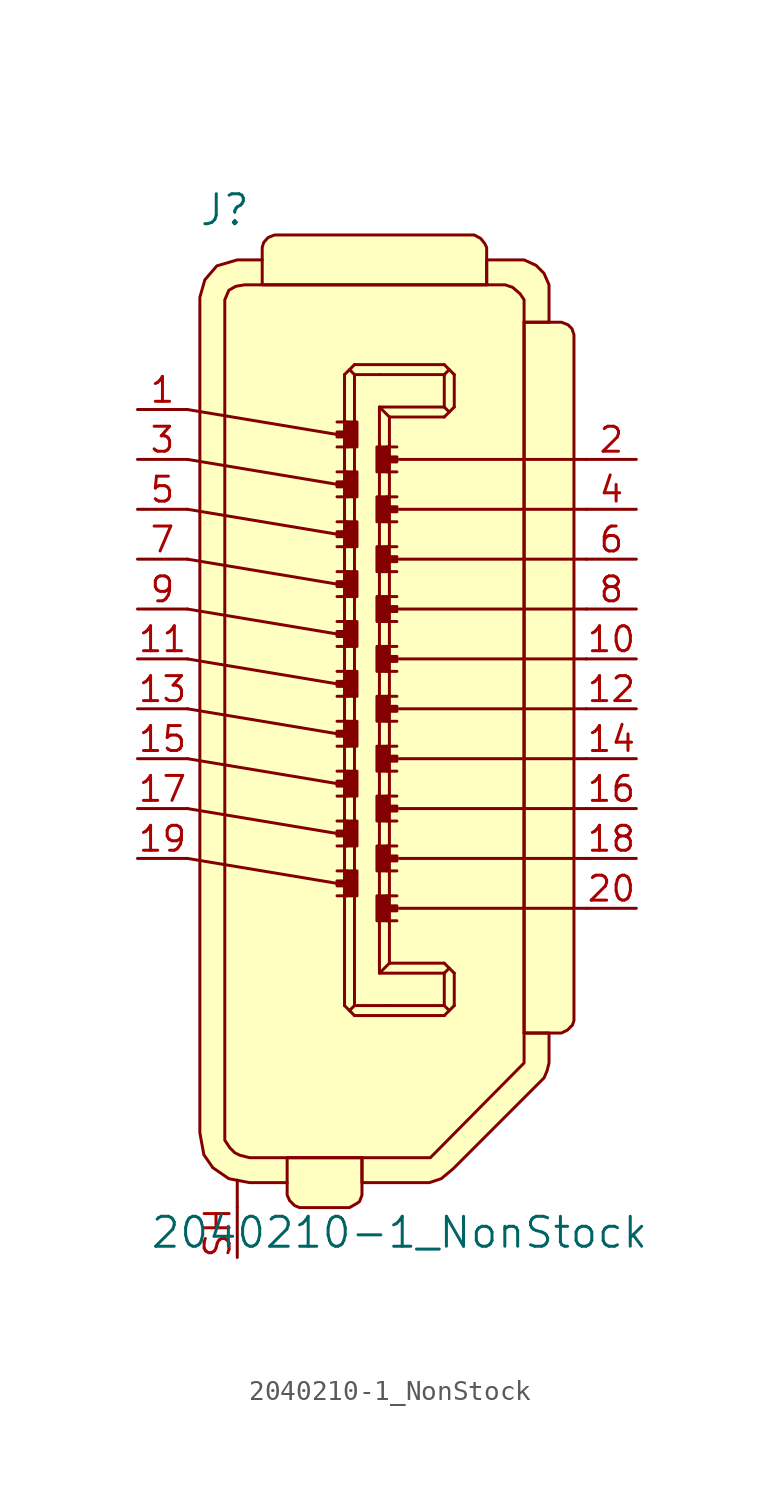
<source format=kicad_sym>
(kicad_symbol_lib
  (version 20220914)
  (generator kicad_symbol_editor)
  (symbol "2040210-1_NonStock"
    (pin_names
      (offset 1.016))
    (property "Reference" "J"
      (at -8.255 20.32 0)
      (effects (font (size 1.524 1.524))))
    (property "Value" "2040210-1_NonStock"
      (at 0.635 -31.75 0)
      (effects (font (size 1.524 1.524))))
    (symbol "2040210-1_NonStock_0_1"
      (polyline (pts (xy -10.16 -12.7) (xy -2.54 -13.97)) (stroke (width 0) (type solid)) (fill (type none)))
      (polyline (pts (xy -10.16 -10.16) (xy -2.54 -11.43)) (stroke (width 0) (type solid)) (fill (type none)))
      (polyline (pts (xy -10.16 -7.62) (xy -2.54 -8.89)) (stroke (width 0) (type solid)) (fill (type none)))
      (polyline (pts (xy -10.16 -5.08) (xy -2.54 -6.35)) (stroke (width 0) (type solid)) (fill (type none)))
      (polyline (pts (xy -10.16 -2.54) (xy -2.54 -3.81)) (stroke (width 0) (type solid)) (fill (type none)))
      (polyline (pts (xy -10.16 0) (xy -2.54 -1.27)) (stroke (width 0) (type solid)) (fill (type none)))
      (polyline (pts (xy -10.16 2.54) (xy -2.54 1.27)) (stroke (width 0) (type solid)) (fill (type none)))
      (polyline (pts (xy -10.16 5.08) (xy -2.54 3.81)) (stroke (width 0) (type solid)) (fill (type none)))
      (polyline (pts (xy -10.16 7.62) (xy -2.54 6.35)) (stroke (width 0) (type solid)) (fill (type none)))
      (polyline (pts (xy -10.16 10.16) (xy -2.54 8.89)) (stroke (width 0) (type solid)) (fill (type none)))
      (polyline (pts (xy -7.62 -30.48) (xy -7.62 -29.083)) (stroke (width 0) (type solid)) (fill (type none)))
      (polyline (pts (xy -2.159 -20.193) (xy -1.651 -20.701)) (stroke (width 0) (type solid)) (fill (type none)))
      (polyline (pts (xy -2.159 -17.907) (xy -2.159 -20.193)) (stroke (width 0) (type solid)) (fill (type none)))
      (polyline (pts (xy -2.159 9.652) (xy -2.159 -17.907)) (stroke (width 0) (type solid)) (fill (type none)))
      (polyline (pts (xy -2.159 9.652) (xy -2.159 11.938)) (stroke (width 0) (type solid)) (fill (type none)))
      (polyline (pts (xy -2.159 11.938) (xy -1.651 12.446)) (stroke (width 0) (type solid)) (fill (type none)))
      (polyline (pts (xy -2.032 -14.605) (xy -2.54 -14.605)) (stroke (width 0) (type solid)) (fill (type none)))
      (polyline (pts (xy -2.032 -13.335) (xy -2.54 -13.335)) (stroke (width 0) (type solid)) (fill (type none)))
      (polyline (pts (xy -2.032 -12.065) (xy -2.54 -12.065)) (stroke (width 0) (type solid)) (fill (type none)))
      (polyline (pts (xy -2.032 -10.795) (xy -2.54 -10.795)) (stroke (width 0) (type solid)) (fill (type none)))
      (polyline (pts (xy -2.032 -9.525) (xy -2.54 -9.525)) (stroke (width 0) (type solid)) (fill (type none)))
      (polyline (pts (xy -2.032 -8.255) (xy -2.54 -8.255)) (stroke (width 0) (type solid)) (fill (type none)))
      (polyline (pts (xy -2.032 -6.985) (xy -2.54 -6.985)) (stroke (width 0) (type solid)) (fill (type none)))
      (polyline (pts (xy -2.032 -5.715) (xy -2.54 -5.715)) (stroke (width 0) (type solid)) (fill (type none)))
      (polyline (pts (xy -2.032 -4.445) (xy -2.54 -4.445)) (stroke (width 0) (type solid)) (fill (type none)))
      (polyline (pts (xy -2.032 -3.175) (xy -2.54 -3.175)) (stroke (width 0) (type solid)) (fill (type none)))
      (polyline (pts (xy -2.032 -1.905) (xy -2.54 -1.905)) (stroke (width 0) (type solid)) (fill (type none)))
      (polyline (pts (xy -2.032 -0.635) (xy -2.54 -0.635)) (stroke (width 0) (type solid)) (fill (type none)))
      (polyline (pts (xy -2.032 0.635) (xy -2.54 0.635)) (stroke (width 0) (type solid)) (fill (type none)))
      (polyline (pts (xy -2.032 1.905) (xy -2.54 1.905)) (stroke (width 0) (type solid)) (fill (type none)))
      (polyline (pts (xy -2.032 3.175) (xy -2.54 3.175)) (stroke (width 0) (type solid)) (fill (type none)))
      (polyline (pts (xy -2.032 4.445) (xy -2.54 4.445)) (stroke (width 0) (type solid)) (fill (type none)))
      (polyline (pts (xy -2.032 5.715) (xy -2.54 5.715)) (stroke (width 0) (type solid)) (fill (type none)))
      (polyline (pts (xy -2.032 6.985) (xy -2.54 6.985)) (stroke (width 0) (type solid)) (fill (type none)))
      (polyline (pts (xy -2.032 8.255) (xy -2.54 8.255)) (stroke (width 0) (type solid)) (fill (type none)))
      (polyline (pts (xy -2.032 9.525) (xy -2.54 9.525)) (stroke (width 0) (type solid)) (fill (type none)))
      (polyline (pts (xy -1.651 -20.193) (xy -1.905 -20.447)) (stroke (width 0) (type solid)) (fill (type none)))
      (polyline (pts (xy -1.651 -17.907) (xy -1.651 -19.558)) (stroke (width 0) (type solid)) (fill (type none)))
      (polyline (pts (xy -1.651 9.652) (xy -1.651 -17.907)) (stroke (width 0) (type solid)) (fill (type none)))
      (polyline (pts (xy -1.651 9.652) (xy -1.651 11.303)) (stroke (width 0) (type solid)) (fill (type none)))
      (polyline (pts (xy -1.651 11.938) (xy -1.905 12.192)) (stroke (width 0) (type solid)) (fill (type none)))
      (polyline (pts (xy -0.381 -18.542) (xy 2.921 -18.542)) (stroke (width 0) (type solid)) (fill (type none)))
      (polyline (pts (xy -0.381 8.382) (xy -0.381 -16.637)) (stroke (width 0) (type solid)) (fill (type none)))
      (polyline (pts (xy -0.381 10.287) (xy 2.921 10.287)) (stroke (width 0) (type solid)) (fill (type none)))
      (polyline (pts (xy -0.381 11.938) (xy 2.921 11.938)) (stroke (width 0) (type solid)) (fill (type none)))
      (polyline (pts (xy 0 -15.875) (xy 0.508 -15.875)) (stroke (width 0) (type solid)) (fill (type none)))
      (polyline (pts (xy 0 -14.605) (xy 0.508 -14.605)) (stroke (width 0) (type solid)) (fill (type none)))
      (polyline (pts (xy 0 -13.335) (xy 0.508 -13.335)) (stroke (width 0) (type solid)) (fill (type none)))
      (polyline (pts (xy 0 -12.065) (xy 0.508 -12.065)) (stroke (width 0) (type solid)) (fill (type none)))
      (polyline (pts (xy 0 -10.795) (xy 0.508 -10.795)) (stroke (width 0) (type solid)) (fill (type none)))
      (polyline (pts (xy 0 -9.525) (xy 0.508 -9.525)) (stroke (width 0) (type solid)) (fill (type none)))
      (polyline (pts (xy 0 -8.255) (xy 0.508 -8.255)) (stroke (width 0) (type solid)) (fill (type none)))
      (polyline (pts (xy 0 -6.985) (xy 0.508 -6.985)) (stroke (width 0) (type solid)) (fill (type none)))
      (polyline (pts (xy 0 -5.715) (xy 0.508 -5.715)) (stroke (width 0) (type solid)) (fill (type none)))
      (polyline (pts (xy 0 -4.445) (xy 0.508 -4.445)) (stroke (width 0) (type solid)) (fill (type none)))
      (polyline (pts (xy 0 -3.175) (xy 0.508 -3.175)) (stroke (width 0) (type solid)) (fill (type none)))
      (polyline (pts (xy 0 -1.905) (xy 0.508 -1.905)) (stroke (width 0) (type solid)) (fill (type none)))
      (polyline (pts (xy 0 -0.635) (xy 0.508 -0.635)) (stroke (width 0) (type solid)) (fill (type none)))
      (polyline (pts (xy 0 0.635) (xy 0.508 0.635)) (stroke (width 0) (type solid)) (fill (type none)))
      (polyline (pts (xy 0 1.905) (xy 0.508 1.905)) (stroke (width 0) (type solid)) (fill (type none)))
      (polyline (pts (xy 0 3.175) (xy 0.508 3.175)) (stroke (width 0) (type solid)) (fill (type none)))
      (polyline (pts (xy 0 4.445) (xy 0.508 4.445)) (stroke (width 0) (type solid)) (fill (type none)))
      (polyline (pts (xy 0 5.715) (xy 0.508 5.715)) (stroke (width 0) (type solid)) (fill (type none)))
      (polyline (pts (xy 0 6.985) (xy 0.508 6.985)) (stroke (width 0) (type solid)) (fill (type none)))
      (polyline (pts (xy 0 8.255) (xy 0.508 8.255)) (stroke (width 0) (type solid)) (fill (type none)))
      (polyline (pts (xy 0.127 -20.193) (xy 2.921 -20.193)) (stroke (width 0) (type solid)) (fill (type none)))
      (polyline (pts (xy 0.127 -18.034) (xy 2.921 -18.034)) (stroke (width 0) (type solid)) (fill (type none)))
      (polyline (pts (xy 0.127 -16.637) (xy 0.127 -18.034)) (stroke (width 0) (type solid)) (fill (type none)))
      (polyline (pts (xy 0.127 8.382) (xy 0.127 -16.637)) (stroke (width 0) (type solid)) (fill (type none)))
      (polyline (pts (xy 0.127 8.382) (xy 0.127 9.779)) (stroke (width 0) (type solid)) (fill (type none)))
      (polyline (pts (xy 0.127 9.779) (xy 2.921 9.779)) (stroke (width 0) (type solid)) (fill (type none)))
      (polyline (pts (xy 2.921 -20.701) (xy -1.651 -20.701)) (stroke (width 0) (type solid)) (fill (type none)))
      (polyline (pts (xy 2.921 -20.701) (xy 3.429 -20.193)) (stroke (width 0) (type solid)) (fill (type none)))
      (polyline (pts (xy 2.921 -20.193) (xy 3.175 -20.447)) (stroke (width 0) (type solid)) (fill (type none)))
      (polyline (pts (xy 2.921 -18.542) (xy 2.921 -20.193)) (stroke (width 0) (type solid)) (fill (type none)))
      (polyline (pts (xy 2.921 -18.542) (xy 3.175 -18.288)) (stroke (width 0) (type solid)) (fill (type none)))
      (polyline (pts (xy 2.921 -18.034) (xy 3.429 -18.542)) (stroke (width 0) (type solid)) (fill (type none)))
      (polyline (pts (xy 2.921 9.779) (xy 3.429 10.287)) (stroke (width 0) (type solid)) (fill (type none)))
      (polyline (pts (xy 2.921 10.287) (xy 2.921 11.938)) (stroke (width 0) (type solid)) (fill (type none)))
      (polyline (pts (xy 2.921 10.287) (xy 3.175 10.033)) (stroke (width 0) (type solid)) (fill (type none)))
      (polyline (pts (xy 2.921 11.938) (xy 3.175 12.192)) (stroke (width 0) (type solid)) (fill (type none)))
      (polyline (pts (xy 2.921 12.446) (xy -1.651 12.446)) (stroke (width 0) (type solid)) (fill (type none)))
      (polyline (pts (xy 2.921 12.446) (xy 3.429 11.938)) (stroke (width 0) (type solid)) (fill (type none)))
      (polyline (pts (xy 3.429 -20.193) (xy 3.429 -18.542)) (stroke (width 0) (type solid)) (fill (type none)))
      (polyline (pts (xy 3.429 11.938) (xy 3.429 10.287)) (stroke (width 0) (type solid)) (fill (type none)))
      (polyline (pts (xy 10.16 -15.24) (xy 0.635 -15.24)) (stroke (width 0) (type solid)) (fill (type none)))
      (polyline (pts (xy 10.16 -12.7) (xy 0.635 -12.7)) (stroke (width 0) (type solid)) (fill (type none)))
      (polyline (pts (xy 10.16 -10.16) (xy 0.635 -10.16)) (stroke (width 0) (type solid)) (fill (type none)))
      (polyline (pts (xy 10.16 -7.62) (xy 0.635 -7.62)) (stroke (width 0) (type solid)) (fill (type none)))
      (polyline (pts (xy 10.16 -5.08) (xy 0.635 -5.08)) (stroke (width 0) (type solid)) (fill (type none)))
      (polyline (pts (xy 10.16 -2.54) (xy 0.635 -2.54)) (stroke (width 0) (type solid)) (fill (type none)))
      (polyline (pts (xy 10.16 0) (xy 0.635 0)) (stroke (width 0) (type solid)) (fill (type none)))
      (polyline (pts (xy 10.16 2.54) (xy 0.635 2.54)) (stroke (width 0) (type solid)) (fill (type none)))
      (polyline (pts (xy 10.16 5.08) (xy 0.635 5.08)) (stroke (width 0) (type solid)) (fill (type none)))
      (polyline (pts (xy 10.16 7.62) (xy 0.635 7.62)) (stroke (width 0) (type solid)) (fill (type none)))
      (polyline (pts (xy -1.651 -19.558) (xy -1.651 -20.193) (xy 0.127 -20.193)) (stroke (width 0) (type solid)) (fill (type none)))
      (polyline (pts (xy -1.651 11.303) (xy -1.651 11.938) (xy -0.381 11.938)) (stroke (width 0) (type solid)) (fill (type none)))
      (polyline (pts (xy -0.381 -16.637) (xy -0.381 -18.542) (xy 0.127 -18.034)) (stroke (width 0) (type solid)) (fill (type none)))
      (polyline (pts (xy -0.381 8.382) (xy -0.381 10.287) (xy 0.127 9.779)) (stroke (width 0) (type solid)) (fill (type none)))
      (polyline (pts (xy -2.032 -14.605) (xy -2.032 -13.335) (xy -1.524 -13.335) (xy -1.524 -14.605) (xy -2.032 -14.605)) (stroke (width 0) (type solid)) (fill (type outline)))
      (polyline (pts (xy -2.032 -14.097) (xy -2.54 -14.097) (xy -2.54 -13.843) (xy -2.032 -13.843) (xy -2.032 -14.097)) (stroke (width 0) (type solid)) (fill (type outline)))
      (polyline (pts (xy -2.032 -12.065) (xy -2.032 -10.795) (xy -1.524 -10.795) (xy -1.524 -12.065) (xy -2.032 -12.065)) (stroke (width 0) (type solid)) (fill (type outline)))
      (polyline (pts (xy -2.032 -11.557) (xy -2.54 -11.557) (xy -2.54 -11.303) (xy -2.032 -11.303) (xy -2.032 -11.557)) (stroke (width 0) (type solid)) (fill (type outline)))
      (polyline (pts (xy -2.032 -9.525) (xy -2.032 -8.255) (xy -1.524 -8.255) (xy -1.524 -9.525) (xy -2.032 -9.525)) (stroke (width 0) (type solid)) (fill (type outline)))
      (polyline (pts (xy -2.032 -9.017) (xy -2.54 -9.017) (xy -2.54 -8.763) (xy -2.032 -8.763) (xy -2.032 -9.017)) (stroke (width 0) (type solid)) (fill (type outline)))
      (polyline (pts (xy -2.032 -6.985) (xy -2.032 -5.715) (xy -1.524 -5.715) (xy -1.524 -6.985) (xy -2.032 -6.985)) (stroke (width 0) (type solid)) (fill (type outline)))
      (polyline (pts (xy -2.032 -6.477) (xy -2.54 -6.477) (xy -2.54 -6.223) (xy -2.032 -6.223) (xy -2.032 -6.477)) (stroke (width 0) (type solid)) (fill (type outline)))
      (polyline (pts (xy -2.032 -4.445) (xy -2.032 -3.175) (xy -1.524 -3.175) (xy -1.524 -4.445) (xy -2.032 -4.445)) (stroke (width 0) (type solid)) (fill (type outline)))
      (polyline (pts (xy -2.032 -3.937) (xy -2.54 -3.937) (xy -2.54 -3.683) (xy -2.032 -3.683) (xy -2.032 -3.937)) (stroke (width 0) (type solid)) (fill (type outline)))
      (polyline (pts (xy -2.032 -1.905) (xy -2.032 -0.635) (xy -1.524 -0.635) (xy -1.524 -1.905) (xy -2.032 -1.905)) (stroke (width 0) (type solid)) (fill (type outline)))
      (polyline (pts (xy -2.032 -1.397) (xy -2.54 -1.397) (xy -2.54 -1.143) (xy -2.032 -1.143) (xy -2.032 -1.397)) (stroke (width 0) (type solid)) (fill (type outline)))
      (polyline (pts (xy -2.032 0.635) (xy -2.032 1.905) (xy -1.524 1.905) (xy -1.524 0.635) (xy -2.032 0.635)) (stroke (width 0) (type solid)) (fill (type outline)))
      (polyline (pts (xy -2.032 1.143) (xy -2.54 1.143) (xy -2.54 1.397) (xy -2.032 1.397) (xy -2.032 1.143)) (stroke (width 0) (type solid)) (fill (type outline)))
      (polyline (pts (xy -2.032 3.175) (xy -2.032 4.445) (xy -1.524 4.445) (xy -1.524 3.175) (xy -2.032 3.175)) (stroke (width 0) (type solid)) (fill (type outline)))
      (polyline (pts (xy -2.032 3.683) (xy -2.54 3.683) (xy -2.54 3.937) (xy -2.032 3.937) (xy -2.032 3.683)) (stroke (width 0) (type solid)) (fill (type outline)))
      (polyline (pts (xy -2.032 5.715) (xy -2.032 6.985) (xy -1.524 6.985) (xy -1.524 5.715) (xy -2.032 5.715)) (stroke (width 0) (type solid)) (fill (type outline)))
      (polyline (pts (xy -2.032 6.223) (xy -2.54 6.223) (xy -2.54 6.477) (xy -2.032 6.477) (xy -2.032 6.223)) (stroke (width 0) (type solid)) (fill (type outline)))
      (polyline (pts (xy -2.032 8.255) (xy -2.032 9.525) (xy -1.524 9.525) (xy -1.524 8.255) (xy -2.032 8.255)) (stroke (width 0) (type solid)) (fill (type outline)))
      (polyline (pts (xy -2.032 8.763) (xy -2.54 8.763) (xy -2.54 9.017) (xy -2.032 9.017) (xy -2.032 8.763)) (stroke (width 0) (type solid)) (fill (type outline)))
      (polyline (pts (xy 0 -15.113) (xy 0.508 -15.113) (xy 0.508 -15.367) (xy 0 -15.367) (xy 0 -15.113)) (stroke (width 0) (type solid)) (fill (type outline)))
      (polyline (pts (xy 0 -14.605) (xy 0 -15.875) (xy -0.508 -15.875) (xy -0.508 -14.605) (xy 0 -14.605)) (stroke (width 0) (type solid)) (fill (type outline)))
      (polyline (pts (xy 0 -12.573) (xy 0.508 -12.573) (xy 0.508 -12.827) (xy 0 -12.827) (xy 0 -12.573)) (stroke (width 0) (type solid)) (fill (type outline)))
      (polyline (pts (xy 0 -12.065) (xy 0 -13.335) (xy -0.508 -13.335) (xy -0.508 -12.065) (xy 0 -12.065)) (stroke (width 0) (type solid)) (fill (type outline)))
      (polyline (pts (xy 0 -10.033) (xy 0.508 -10.033) (xy 0.508 -10.287) (xy 0 -10.287) (xy 0 -10.033)) (stroke (width 0) (type solid)) (fill (type outline)))
      (polyline (pts (xy 0 -9.525) (xy 0 -10.795) (xy -0.508 -10.795) (xy -0.508 -9.525) (xy 0 -9.525)) (stroke (width 0) (type solid)) (fill (type outline)))
      (polyline (pts (xy 0 -7.493) (xy 0.508 -7.493) (xy 0.508 -7.747) (xy 0 -7.747) (xy 0 -7.493)) (stroke (width 0) (type solid)) (fill (type outline)))
      (polyline (pts (xy 0 -6.985) (xy 0 -8.255) (xy -0.508 -8.255) (xy -0.508 -6.985) (xy 0 -6.985)) (stroke (width 0) (type solid)) (fill (type outline)))
      (polyline (pts (xy 0 -4.953) (xy 0.508 -4.953) (xy 0.508 -5.207) (xy 0 -5.207) (xy 0 -4.953)) (stroke (width 0) (type solid)) (fill (type outline)))
      (polyline (pts (xy 0 -4.445) (xy 0 -5.715) (xy -0.508 -5.715) (xy -0.508 -4.445) (xy 0 -4.445)) (stroke (width 0) (type solid)) (fill (type outline)))
      (polyline (pts (xy 0 -2.413) (xy 0.508 -2.413) (xy 0.508 -2.667) (xy 0 -2.667) (xy 0 -2.413)) (stroke (width 0) (type solid)) (fill (type outline)))
      (polyline (pts (xy 0 -1.905) (xy 0 -3.175) (xy -0.508 -3.175) (xy -0.508 -1.905) (xy 0 -1.905)) (stroke (width 0) (type solid)) (fill (type outline)))
      (polyline (pts (xy 0 0.127) (xy 0.508 0.127) (xy 0.508 -0.127) (xy 0 -0.127) (xy 0 0.127)) (stroke (width 0) (type solid)) (fill (type outline)))
      (polyline (pts (xy 0 0.635) (xy 0 -0.635) (xy -0.508 -0.635) (xy -0.508 0.635) (xy 0 0.635)) (stroke (width 0) (type solid)) (fill (type outline)))
      (polyline (pts (xy 0 2.667) (xy 0.508 2.667) (xy 0.508 2.413) (xy 0 2.413) (xy 0 2.667)) (stroke (width 0) (type solid)) (fill (type outline)))
      (polyline (pts (xy 0 3.175) (xy 0 1.905) (xy -0.508 1.905) (xy -0.508 3.175) (xy 0 3.175)) (stroke (width 0) (type solid)) (fill (type outline)))
      (polyline (pts (xy 0 5.207) (xy 0.508 5.207) (xy 0.508 4.953) (xy 0 4.953) (xy 0 5.207)) (stroke (width 0) (type solid)) (fill (type outline)))
      (polyline (pts (xy 0 5.715) (xy 0 4.445) (xy -0.508 4.445) (xy -0.508 5.715) (xy 0 5.715)) (stroke (width 0) (type solid)) (fill (type outline)))
      (polyline (pts (xy 0 7.747) (xy 0.508 7.747) (xy 0.508 7.493) (xy 0 7.493) (xy 0 7.747)) (stroke (width 0) (type solid)) (fill (type outline)))
      (polyline (pts (xy 0 8.255) (xy 0 6.985) (xy -0.508 6.985) (xy -0.508 8.255) (xy 0 8.255)) (stroke (width 0) (type solid)) (fill (type outline)))
      (polyline (pts (xy 6.985 14.605) (xy 8.255 14.605) (xy 8.255 16.51) (xy 8.001 17.094) (xy 7.595 17.501) (xy 6.985 17.78) (xy 5.08 17.78) (xy 5.08 16.51)) (stroke (width 0) (type solid)) (fill (type background)))
      (polyline (pts (xy -1.27 -27.94) (xy -1.27 -29.21) (xy 2.159 -29.21) (xy 2.769 -29.007) (xy 3.378 -28.499) (xy 8.001 -23.876) (xy 8.153 -23.52) (xy 8.255 -23.114) (xy 8.255 -21.59) (xy 6.985 -21.59)) (stroke (width 0) (type solid)) (fill (type background)))
      (polyline (pts (xy -6.35 16.51) (xy -6.35 18.415) (xy -6.274 18.669) (xy -6.045 18.923) (xy -5.715 19.05) (xy 4.445 19.05) (xy 4.775 18.872) (xy 4.978 18.618) (xy 5.08 18.415) (xy 5.08 16.51) (xy -6.35 16.51)) (stroke (width 0) (type solid)) (fill (type background)))
      (polyline (pts (xy -6.35 17.78) (xy -7.62 17.78) (xy -8.661 17.475) (xy -9.271 16.764) (xy -9.525 15.875) (xy -9.525 -26.67) (xy -9.322 -27.788) (xy -8.865 -28.448) (xy -8.052 -29.007) (xy -6.985 -29.21) (xy -5.08 -29.21)) (stroke (width 0) (type solid)) (fill (type background)))
      (polyline (pts (xy -1.27 -27.94) (xy -1.27 -29.845) (xy -1.397 -30.175) (xy -1.549 -30.277) (xy -1.905 -30.48) (xy -4.445 -30.48) (xy -4.699 -30.378) (xy -4.953 -30.124) (xy -5.08 -29.845) (xy -5.08 -27.94) (xy -1.27 -27.94)) (stroke (width 0) (type solid)) (fill (type background)))
      (polyline (pts (xy 6.985 14.605) (xy 8.89 14.605) (xy 9.22 14.478) (xy 9.423 14.275) (xy 9.525 13.97) (xy 9.525 -20.955) (xy 9.449 -21.184) (xy 9.195 -21.438) (xy 8.89 -21.59) (xy 6.985 -21.59) (xy 6.985 14.605)) (stroke (width 0) (type solid)) (fill (type background)))
      (polyline (pts (xy -7.239 16.51) (xy 6.02 16.51) (xy 6.401 16.383) (xy 6.782 16.053) (xy 6.985 15.748) (xy 6.985 -23.114) (xy 2.21 -27.94) (xy -6.985 -27.94) (xy -7.493 -27.813) (xy -7.747 -27.686) (xy -8.001 -27.432) (xy -8.255 -27.051) (xy -8.255 15.748) (xy -8.052 16.231) (xy -7.696 16.434) (xy -7.239 16.51)) (stroke (width 0) (type solid)) (fill (type background))))
    (symbol "2040210-1_NonStock_1_1"
      (pin passive line (at -12.7 10.16 0) (length 2.54) (name "~" (effects (font (size 1.27 1.27)))) (number "1" (effects (font (size 1.27 1.27)))))
      (pin passive line (at 12.7 -2.54 180) (length 2.54) (name "~" (effects (font (size 1.27 1.27)))) (number "10" (effects (font (size 1.27 1.27)))))
      (pin passive line (at -12.7 -2.54 0) (length 2.54) (name "~" (effects (font (size 1.27 1.27)))) (number "11" (effects (font (size 1.27 1.27)))))
      (pin passive line (at 12.7 -5.08 180) (length 2.54) (name "~" (effects (font (size 1.27 1.27)))) (number "12" (effects (font (size 1.27 1.27)))))
      (pin passive line (at -12.7 -5.08 0) (length 2.54) (name "~" (effects (font (size 1.27 1.27)))) (number "13" (effects (font (size 1.27 1.27)))))
      (pin passive line (at 12.7 -7.62 180) (length 2.54) (name "~" (effects (font (size 1.27 1.27)))) (number "14" (effects (font (size 1.27 1.27)))))
      (pin passive line (at -12.7 -7.62 0) (length 2.54) (name "~" (effects (font (size 1.27 1.27)))) (number "15" (effects (font (size 1.27 1.27)))))
      (pin passive line (at 12.7 -10.16 180) (length 2.54) (name "~" (effects (font (size 1.27 1.27)))) (number "16" (effects (font (size 1.27 1.27)))))
      (pin passive line (at -12.7 -10.16 0) (length 2.54) (name "~" (effects (font (size 1.27 1.27)))) (number "17" (effects (font (size 1.27 1.27)))))
      (pin passive line (at 12.7 -12.7 180) (length 2.54) (name "~" (effects (font (size 1.27 1.27)))) (number "18" (effects (font (size 1.27 1.27)))))
      (pin passive line (at -12.7 -12.7 0) (length 2.54) (name "~" (effects (font (size 1.27 1.27)))) (number "19" (effects (font (size 1.27 1.27)))))
      (pin passive line (at 12.7 7.62 180) (length 2.54) (name "~" (effects (font (size 1.27 1.27)))) (number "2" (effects (font (size 1.27 1.27)))))
      (pin passive line (at 12.7 -15.24 180) (length 2.54) (name "~" (effects (font (size 1.27 1.27)))) (number "20" (effects (font (size 1.27 1.27)))))
      (pin passive line (at -12.7 7.62 0) (length 2.54) (name "~" (effects (font (size 1.27 1.27)))) (number "3" (effects (font (size 1.27 1.27)))))
      (pin passive line (at 12.7 5.08 180) (length 2.54) (name "~" (effects (font (size 1.27 1.27)))) (number "4" (effects (font (size 1.27 1.27)))))
      (pin passive line (at -12.7 5.08 0) (length 2.54) (name "~" (effects (font (size 1.27 1.27)))) (number "5" (effects (font (size 1.27 1.27)))))
      (pin passive line (at 12.7 2.54 180) (length 2.54) (name "~" (effects (font (size 1.27 1.27)))) (number "6" (effects (font (size 1.27 1.27)))))
      (pin passive line (at -12.7 2.54 0) (length 2.54) (name "~" (effects (font (size 1.27 1.27)))) (number "7" (effects (font (size 1.27 1.27)))))
      (pin passive line (at 12.7 0 180) (length 2.54) (name "~" (effects (font (size 1.27 1.27)))) (number "8" (effects (font (size 1.27 1.27)))))
      (pin passive line (at -12.7 0 0) (length 2.54) (name "~" (effects (font (size 1.27 1.27)))) (number "9" (effects (font (size 1.27 1.27)))))
      (pin unspecified line (at -7.62 -33.02 90) (length 2.54) (name "~" (effects (font (size 1.27 1.27)))) (number "SH" (effects (font (size 1.27 1.27))))))))
</source>
